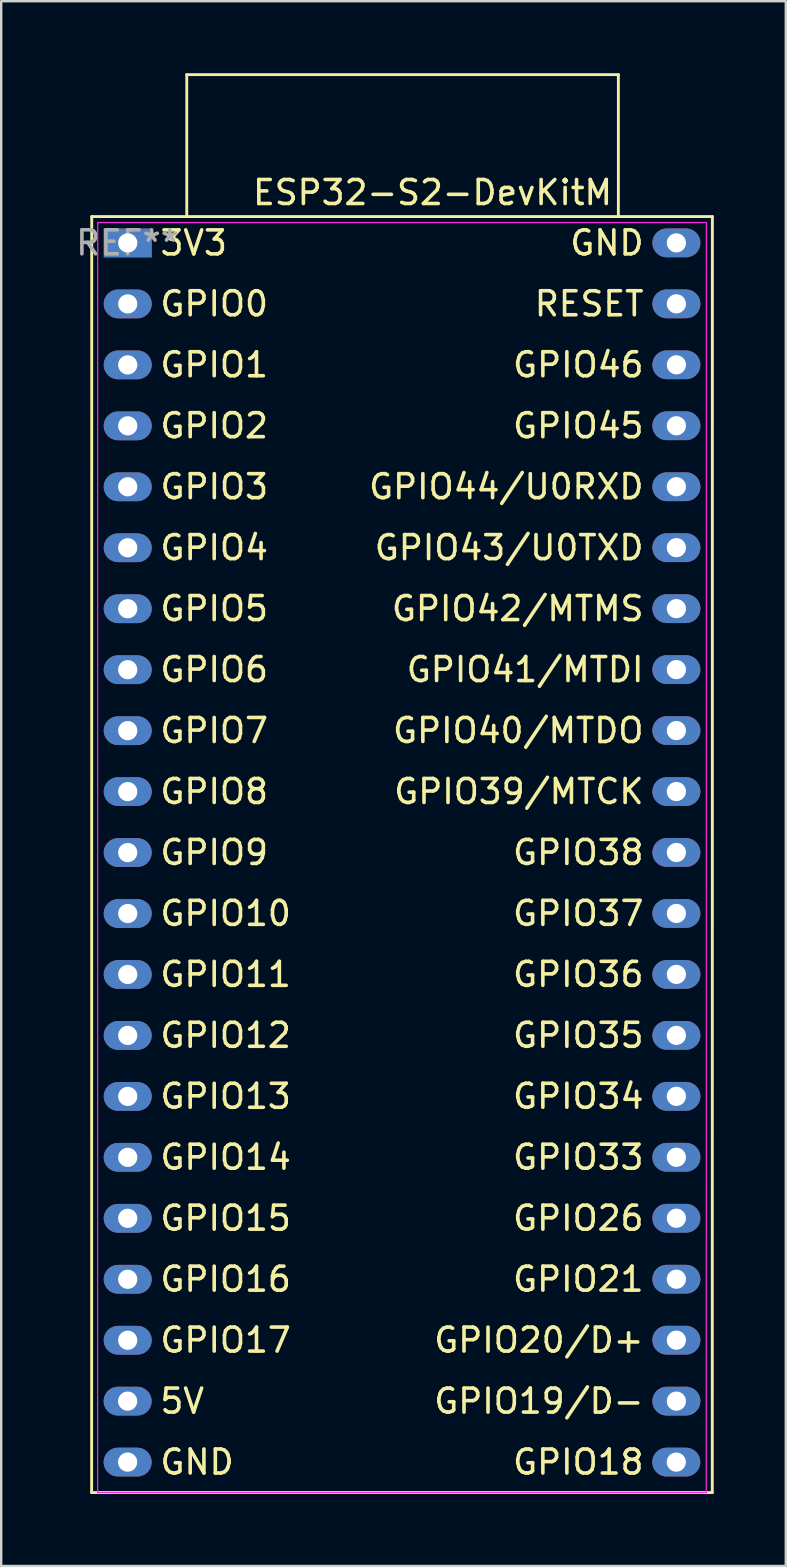
<source format=kicad_pcb>
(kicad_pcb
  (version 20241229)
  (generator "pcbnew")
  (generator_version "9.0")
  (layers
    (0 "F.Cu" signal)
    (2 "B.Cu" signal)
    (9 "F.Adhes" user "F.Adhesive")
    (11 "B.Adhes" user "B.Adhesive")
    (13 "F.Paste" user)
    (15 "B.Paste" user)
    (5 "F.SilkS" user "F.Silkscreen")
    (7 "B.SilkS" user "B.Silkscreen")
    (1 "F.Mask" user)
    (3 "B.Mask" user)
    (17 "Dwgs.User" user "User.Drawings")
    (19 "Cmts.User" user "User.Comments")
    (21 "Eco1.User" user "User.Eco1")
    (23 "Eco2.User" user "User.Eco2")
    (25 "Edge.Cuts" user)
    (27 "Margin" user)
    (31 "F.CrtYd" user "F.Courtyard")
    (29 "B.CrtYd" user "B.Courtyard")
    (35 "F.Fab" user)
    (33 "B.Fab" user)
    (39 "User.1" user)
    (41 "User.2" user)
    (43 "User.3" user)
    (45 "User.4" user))
  (footprint "ESP32-S2-DevKitM"
    (layer "F.Cu")
    (at 2.272 7.073)
    (property "Reference" "ESP32-S2-DevKitM" (at 12.7 -2.1 0) (layer "F.SilkS") (effects (font (size 1 1) (thickness 0.15))))
    (attr through_hole)
    (fp_line (start -1.504 52.067) (end 24.356 52.067) (stroke (width 0.12) (type solid)) (layer "F.SilkS"))
    (fp_line (start -1.5 -1.1) (end -1.504 52.067) (stroke (width 0.12) (type solid)) (layer "F.SilkS"))
    (fp_line (start 2.46 -7.013) (end 20.443 -7.013) (stroke (width 0.12) (type solid)) (layer "F.SilkS"))
    (fp_line (start 2.46 -1.12) (end 2.46 -7.013) (stroke (width 0.12) (type solid)) (layer "F.SilkS"))
    (fp_line (start 20.443 -7.013) (end 20.443 -1.12) (stroke (width 0.12) (type solid)) (layer "F.SilkS"))
    (fp_line (start 24.356 52.067) (end 24.36 -1.1) (stroke (width 0.12) (type solid)) (layer "F.SilkS"))
    (fp_line (start 24.36 -1.1) (end -1.5 -1.1) (stroke (width 0.12) (type solid)) (layer "F.SilkS"))
    (fp_line (start -1.254 52.067) (end -1.25 -0.85) (stroke (width 0.05) (type solid)) (layer "F.CrtYd"))
    (fp_line (start -1.25 -0.85) (end 24.11 -0.85) (stroke (width 0.05) (type solid)) (layer "F.CrtYd"))
    (fp_line (start 24.106 52.067) (end -1.254 52.067) (stroke (width 0.05) (type solid)) (layer "F.CrtYd"))
    (fp_line (start 24.11 -0.85) (end 24.106 52.067) (stroke (width 0.05) (type solid)) (layer "F.CrtYd"))
    (fp_text user "3V3" (at 1.27 0 0) (unlocked yes) (layer "F.SilkS") (effects (font (size 1 1) (thickness 0.15)) (justify left)))
    (fp_text user "GPIO6" (at 1.266 17.777 0) (unlocked yes) (layer "F.SilkS") (effects (font (size 1 1) (thickness 0.15)) (justify left)))
    (fp_text user "GPIO39/MTCK" (at 21.586 22.857 0) (unlocked yes) (layer "F.SilkS") (effects (font (size 1 1) (thickness 0.15)) (justify right)))
    (fp_text user "GPIO14" (at 1.266 38.097 0) (unlocked yes) (layer "F.SilkS") (effects (font (size 1 1) (thickness 0.15)) (justify left)))
    (fp_text user "GPIO2" (at 1.266 7.617 0) (unlocked yes) (layer "F.SilkS") (effects (font (size 1 1) (thickness 0.15)) (justify left)))
    (fp_text user "GPIO41/MTDI" (at 21.586 17.777 0) (unlocked yes) (layer "F.SilkS") (effects (font (size 1 1) (thickness 0.15)) (justify right)))
    (fp_text user "GPIO11" (at 1.266 30.477 0) (unlocked yes) (layer "F.SilkS") (effects (font (size 1 1) (thickness 0.15)) (justify left)))
    (fp_text user "GPIO7" (at 1.266 20.317 0) (unlocked yes) (layer "F.SilkS") (effects (font (size 1 1) (thickness 0.15)) (justify left)))
    (fp_text user "GPIO40/MTDO" (at 21.586 20.317 0) (unlocked yes) (layer "F.SilkS") (effects (font (size 1 1) (thickness 0.15)) (justify right)))
    (fp_text user "GPIO26" (at 21.586 40.637 0) (unlocked yes) (layer "F.SilkS") (effects (font (size 1 1) (thickness 0.15)) (justify right)))
    (fp_text user "GPIO17" (at 1.266 45.717 0) (unlocked yes) (layer "F.SilkS") (effects (font (size 1 1) (thickness 0.15)) (justify left)))
    (fp_text user "GPIO10" (at 1.266 27.937 0) (unlocked yes) (layer "F.SilkS") (effects (font (size 1 1) (thickness 0.15)) (justify left)))
    (fp_text user "GPIO0" (at 1.266 2.537 0) (unlocked yes) (layer "F.SilkS") (effects (font (size 1 1) (thickness 0.15)) (justify left)))
    (fp_text user "GPIO19/D-" (at 21.586 48.257 0) (unlocked yes) (layer "F.SilkS") (effects (font (size 1 1) (thickness 0.15)) (justify right)))
    (fp_text user "GND" (at 1.266 50.797 0) (unlocked yes) (layer "F.SilkS") (effects (font (size 1 1) (thickness 0.15)) (justify left)))
    (fp_text user "GPIO20/D+" (at 21.586 45.717 0) (unlocked yes) (layer "F.SilkS") (effects (font (size 1 1) (thickness 0.15)) (justify right)))
    (fp_text user "GPIO1" (at 1.266 5.077 0) (unlocked yes) (layer "F.SilkS") (effects (font (size 1 1) (thickness 0.15)) (justify left)))
    (fp_text user "GPIO35" (at 21.586 33.017 0) (unlocked yes) (layer "F.SilkS") (effects (font (size 1 1) (thickness 0.15)) (justify right)))
    (fp_text user "GPIO46" (at 21.586 5.077 0) (unlocked yes) (layer "F.SilkS") (effects (font (size 1 1) (thickness 0.15)) (justify right)))
    (fp_text user "GPIO15" (at 1.266 40.637 0) (unlocked yes) (layer "F.SilkS") (effects (font (size 1 1) (thickness 0.15)) (justify left)))
    (fp_text user "GPIO9" (at 1.266 25.397 0) (unlocked yes) (layer "F.SilkS") (effects (font (size 1 1) (thickness 0.15)) (justify left)))
    (fp_text user "GPIO45" (at 21.586 7.617 0) (unlocked yes) (layer "F.SilkS") (effects (font (size 1 1) (thickness 0.15)) (justify right)))
    (fp_text user "GPIO37" (at 21.586 27.937 0) (unlocked yes) (layer "F.SilkS") (effects (font (size 1 1) (thickness 0.15)) (justify right)))
    (fp_text user "GPIO44/U0RXD" (at 21.586 10.157 0) (unlocked yes) (layer "F.SilkS") (effects (font (size 1 1) (thickness 0.15)) (justify right)))
    (fp_text user "GPIO3" (at 1.27 10.157 0) (unlocked yes) (layer "F.SilkS") (effects (font (size 1 1) (thickness 0.15)) (justify left)))
    (fp_text user "GPIO21" (at 21.586 43.177 0) (unlocked yes) (layer "F.SilkS") (effects (font (size 1 1) (thickness 0.15)) (justify right)))
    (fp_text user "GPIO13" (at 1.266 35.557 0) (unlocked yes) (layer "F.SilkS") (effects (font (size 1 1) (thickness 0.15)) (justify left)))
    (fp_text user "GPIO33" (at 21.586 38.097 0) (unlocked yes) (layer "F.SilkS") (effects (font (size 1 1) (thickness 0.15)) (justify right)))
    (fp_text user "GPIO8" (at 1.266 22.857 0) (unlocked yes) (layer "F.SilkS") (effects (font (size 1 1) (thickness 0.15)) (justify left)))
    (fp_text user "GPIO36" (at 21.586 30.477 0) (unlocked yes) (layer "F.SilkS") (effects (font (size 1 1) (thickness 0.15)) (justify right)))
    (fp_text user "GPIO42/MTMS" (at 21.586 15.237 0) (unlocked yes) (layer "F.SilkS") (effects (font (size 1 1) (thickness 0.15)) (justify right)))
    (fp_text user "GPIO34" (at 21.586 35.557 0) (unlocked yes) (layer "F.SilkS") (effects (font (size 1 1) (thickness 0.15)) (justify right)))
    (fp_text user "GPIO12" (at 1.266 33.017 0) (unlocked yes) (layer "F.SilkS") (effects (font (size 1 1) (thickness 0.15)) (justify left)))
    (fp_text user "5V" (at 1.266 48.257 0) (unlocked yes) (layer "F.SilkS") (effects (font (size 1 1) (thickness 0.15)) (justify left)))
    (fp_text user "GPIO38" (at 21.586 25.397 0) (unlocked yes) (layer "F.SilkS") (effects (font (size 1 1) (thickness 0.15)) (justify right)))
    (fp_text user "GPIO5" (at 1.266 15.237 0) (unlocked yes) (layer "F.SilkS") (effects (font (size 1 1) (thickness 0.15)) (justify left)))
    (fp_text user "GPIO43/U0TXD" (at 21.586 12.697 0) (unlocked yes) (layer "F.SilkS") (effects (font (size 1 1) (thickness 0.15)) (justify right)))
    (fp_text user "RESET" (at 21.586 2.537 0) (unlocked yes) (layer "F.SilkS") (effects (font (size 1 1) (thickness 0.15)) (justify right)))
    (fp_text user "GPIO18" (at 21.586 50.797 0) (unlocked yes) (layer "F.SilkS") (effects (font (size 1 1) (thickness 0.15)) (justify right)))
    (fp_text user "GPIO4" (at 1.266 12.697 0) (unlocked yes) (layer "F.SilkS") (effects (font (size 1 1) (thickness 0.15)) (justify left)))
    (fp_text user "GND" (at 21.59 0 0) (unlocked yes) (layer "F.SilkS") (effects (font (size 1 1) (thickness 0.15)) (justify right)))
    (fp_text user "GPIO16" (at 1.266 43.177 0) (unlocked yes) (layer "F.SilkS") (effects (font (size 1 1) (thickness 0.15)) (justify left)))
    (fp_text user "REF**" (at -0.004 -0.003 0) (layer "F.Fab") (effects (font (size 1 1) (thickness 0.15))))
    (pad "1" thru_hole rect (at 0 0 270) (size 1.2 2) (drill 0.8) (layers "*.Cu" "*.Mask"))
    (pad "2" thru_hole oval (at 0 2.54 270) (size 1.2 2) (drill 0.8) (layers "*.Cu" "*.Mask"))
    (pad "3" thru_hole oval (at 0 5.08 270) (size 1.2 2) (drill 0.8) (layers "*.Cu" "*.Mask"))
    (pad "4" thru_hole oval (at 0 7.62 270) (size 1.2 2) (drill 0.8) (layers "*.Cu" "*.Mask"))
    (pad "5" thru_hole oval (at 0 10.16 270) (size 1.2 2) (drill 0.8) (layers "*.Cu" "*.Mask"))
    (pad "6" thru_hole oval (at 0 12.7 270) (size 1.2 2) (drill 0.8) (layers "*.Cu" "*.Mask"))
    (pad "7" thru_hole oval (at 0 15.24 270) (size 1.2 2) (drill 0.8) (layers "*.Cu" "*.Mask"))
    (pad "8" thru_hole oval (at 0 17.78 270) (size 1.2 2) (drill 0.8) (layers "*.Cu" "*.Mask"))
    (pad "9" thru_hole oval (at 0 20.32 270) (size 1.2 2) (drill 0.8) (layers "*.Cu" "*.Mask"))
    (pad "10" thru_hole oval (at 0 22.86 270) (size 1.2 2) (drill 0.8) (layers "*.Cu" "*.Mask"))
    (pad "11" thru_hole oval (at 0 25.4 270) (size 1.2 2) (drill 0.8) (layers "*.Cu" "*.Mask"))
    (pad "12" thru_hole oval (at 0 27.94 270) (size 1.2 2) (drill 0.8) (layers "*.Cu" "*.Mask"))
    (pad "13" thru_hole oval (at 0 30.48 270) (size 1.2 2) (drill 0.8) (layers "*.Cu" "*.Mask"))
    (pad "14" thru_hole oval (at 0 33.02 270) (size 1.2 2) (drill 0.8) (layers "*.Cu" "*.Mask"))
    (pad "15" thru_hole oval (at 0 35.56 270) (size 1.2 2) (drill 0.8) (layers "*.Cu" "*.Mask"))
    (pad "16" thru_hole oval (at 0 38.1 270) (size 1.2 2) (drill 0.8) (layers "*.Cu" "*.Mask"))
    (pad "17" thru_hole oval (at 0 40.64 270) (size 1.2 2) (drill 0.8) (layers "*.Cu" "*.Mask"))
    (pad "18" thru_hole oval (at 0 43.18 270) (size 1.2 2) (drill 0.8) (layers "*.Cu" "*.Mask"))
    (pad "19" thru_hole oval (at 0 45.72 270) (size 1.2 2) (drill 0.8) (layers "*.Cu" "*.Mask"))
    (pad "20" thru_hole oval (at -0.004 48.257 270) (size 1.2 2) (drill 0.8) (layers "*.Cu" "*.Mask"))
    (pad "21" thru_hole oval (at -0.004 50.797 270) (size 1.2 2) (drill 0.8) (layers "*.Cu" "*.Mask"))
    (pad "22" thru_hole oval (at 22.856 50.797 270) (size 1.2 2) (drill 0.8) (layers "*.Cu" "*.Mask"))
    (pad "23" thru_hole oval (at 22.86 48.257 270) (size 1.2 2) (drill 0.8) (layers "*.Cu" "*.Mask"))
    (pad "24" thru_hole oval (at 22.86 45.717 270) (size 1.2 2) (drill 0.8) (layers "*.Cu" "*.Mask"))
    (pad "25" thru_hole oval (at 22.86 43.177 270) (size 1.2 2) (drill 0.8) (layers "*.Cu" "*.Mask"))
    (pad "26" thru_hole oval (at 22.86 40.637 270) (size 1.2 2) (drill 0.8) (layers "*.Cu" "*.Mask"))
    (pad "27" thru_hole oval (at 22.86 38.097 270) (size 1.2 2) (drill 0.8) (layers "*.Cu" "*.Mask"))
    (pad "28" thru_hole oval (at 22.86 35.557 270) (size 1.2 2) (drill 0.8) (layers "*.Cu" "*.Mask"))
    (pad "29" thru_hole oval (at 22.86 33.017 270) (size 1.2 2) (drill 0.8) (layers "*.Cu" "*.Mask"))
    (pad "30" thru_hole oval (at 22.86 30.477 270) (size 1.2 2) (drill 0.8) (layers "*.Cu" "*.Mask"))
    (pad "31" thru_hole oval (at 22.86 27.937 270) (size 1.2 2) (drill 0.8) (layers "*.Cu" "*.Mask"))
    (pad "32" thru_hole oval (at 22.86 25.397 270) (size 1.2 2) (drill 0.8) (layers "*.Cu" "*.Mask"))
    (pad "33" thru_hole oval (at 22.86 22.857 270) (size 1.2 2) (drill 0.8) (layers "*.Cu" "*.Mask"))
    (pad "34" thru_hole oval (at 22.86 20.317 270) (size 1.2 2) (drill 0.8) (layers "*.Cu" "*.Mask"))
    (pad "35" thru_hole oval (at 22.86 17.777 270) (size 1.2 2) (drill 0.8) (layers "*.Cu" "*.Mask"))
    (pad "36" thru_hole oval (at 22.86 15.237 270) (size 1.2 2) (drill 0.8) (layers "*.Cu" "*.Mask"))
    (pad "37" thru_hole oval (at 22.86 12.697 270) (size 1.2 2) (drill 0.8) (layers "*.Cu" "*.Mask"))
    (pad "38" thru_hole oval (at 22.86 10.157 270) (size 1.2 2) (drill 0.8) (layers "*.Cu" "*.Mask"))
    (pad "39" thru_hole oval (at 22.86 7.617 270) (size 1.2 2) (drill 0.8) (layers "*.Cu" "*.Mask"))
    (pad "40" thru_hole oval (at 22.86 5.077 270) (size 1.2 2) (drill 0.8) (layers "*.Cu" "*.Mask"))
    (pad "41" thru_hole oval (at 22.86 2.537 270) (size 1.2 2) (drill 0.8) (layers "*.Cu" "*.Mask"))
    (pad "42" thru_hole oval (at 22.86 -0.003 270) (size 1.2 2) (drill 0.8) (layers "*.Cu" "*.Mask")))
  (gr_rect
    (start -3 -3)
    (end 29.692 62.2)
    (stroke (width 0.1) (type default))
    (fill no)
    (layer "Edge.Cuts")))
</source>
